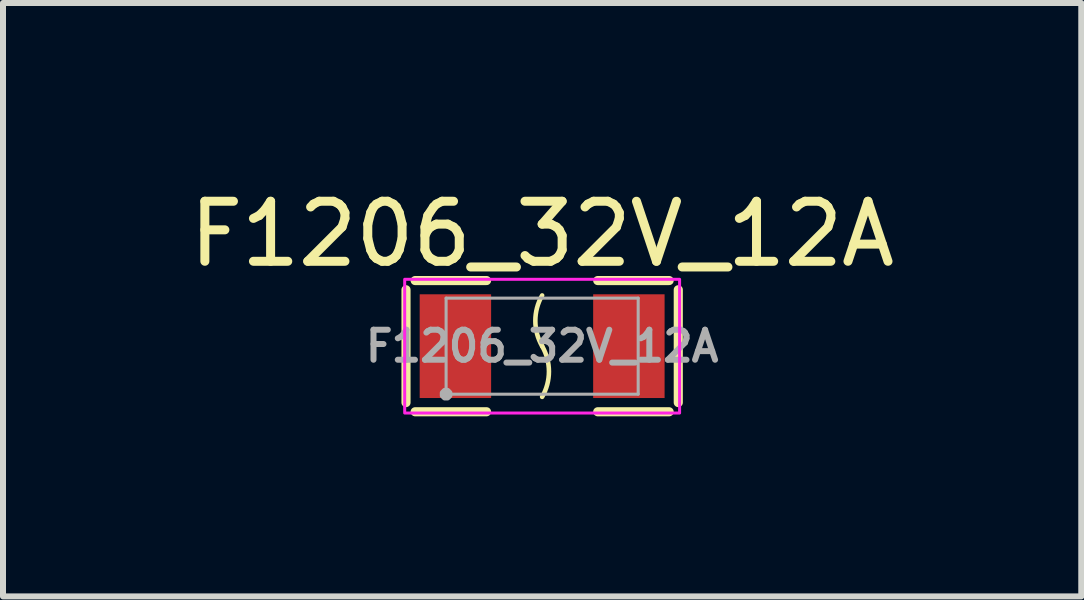
<source format=kicad_pcb>
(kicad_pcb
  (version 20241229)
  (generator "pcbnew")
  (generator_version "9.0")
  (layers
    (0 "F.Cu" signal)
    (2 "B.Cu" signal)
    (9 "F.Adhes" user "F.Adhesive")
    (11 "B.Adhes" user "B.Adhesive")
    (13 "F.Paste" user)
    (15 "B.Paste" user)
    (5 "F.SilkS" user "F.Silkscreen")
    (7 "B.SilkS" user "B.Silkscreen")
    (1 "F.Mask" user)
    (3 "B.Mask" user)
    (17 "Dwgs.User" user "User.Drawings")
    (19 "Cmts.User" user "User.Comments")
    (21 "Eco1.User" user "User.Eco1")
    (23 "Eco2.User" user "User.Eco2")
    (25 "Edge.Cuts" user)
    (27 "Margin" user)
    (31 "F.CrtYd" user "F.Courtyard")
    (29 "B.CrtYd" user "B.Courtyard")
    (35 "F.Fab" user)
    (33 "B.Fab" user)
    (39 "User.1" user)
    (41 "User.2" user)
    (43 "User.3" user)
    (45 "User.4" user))
  (footprint "F1206_32V_12A"
    (layer "F.Cu")
    (at 5.982 2.717)
    (property "Reference" "F1206_32V_12A" (at 0 -1.869 0) (layer "F.SilkS") (effects (font (size 1 1) (thickness 0.15))))
    (fp_line (start -2.268 -0.94) (end -2.268 0.94) (stroke (width 0.152) (type default)) (layer "F.SilkS"))
    (fp_line (start -2.116 1.093) (end -0.926 1.093) (stroke (width 0.152) (type default)) (layer "F.SilkS"))
    (fp_line (start -0.926 -1.093) (end -2.116 -1.093) (stroke (width 0.152) (type default)) (layer "F.SilkS"))
    (fp_line (start 0.926 -1.093) (end 2.116 -1.093) (stroke (width 0.152) (type default)) (layer "F.SilkS"))
    (fp_line (start 2.116 1.093) (end 0.926 1.093) (stroke (width 0.152) (type default)) (layer "F.SilkS"))
    (fp_line (start 2.268 -0.94) (end 2.268 0.94) (stroke (width 0.152) (type default)) (layer "F.SilkS"))
    (fp_arc (start 0 0) (mid -0.113248 -0.4225) (end 0 -0.845) (stroke (width 0.076) (type default)) (layer "F.SilkS"))
    (fp_arc (start 0 0) (mid 0.113248 0.4225) (end 0 0.845) (stroke (width 0.076) (type default)) (layer "F.SilkS"))
    (fp_rect (start -2.29 -1.114) (end 2.29 1.114) (stroke (width 0.05) (type default)) (fill no) (layer "F.CrtYd"))
    (fp_line (start -1.6 -0.8) (end -1.6 0.8) (stroke (width 0.051) (type default)) (layer "F.Fab"))
    (fp_line (start -1.6 0.8) (end 1.6 0.8) (stroke (width 0.051) (type default)) (layer "F.Fab"))
    (fp_line (start 1.6 -0.8) (end -1.6 -0.8) (stroke (width 0.051) (type default)) (layer "F.Fab"))
    (fp_line (start 1.6 0.8) (end 1.6 -0.8) (stroke (width 0.051) (type default)) (layer "F.Fab"))
    (fp_poly (pts (xy -1.545 0.777) (xy -1.577 0.745) (xy -1.623 0.745) (xy -1.655 0.777) (xy -1.655 0.823) (xy -1.623 0.855) (xy -1.577 0.855) (xy -1.545 0.823)) (stroke (width 0.1) (type default)) (fill no) (layer "F.Fab"))
    (fp_poly (pts (xy -1.6 0.8) (xy -1.1 0.8) (xy -1.1 -0.8) (xy -1.6 -0.8)) (stroke (width 0.1) (type default)) (fill no) (layer "User.1"))
    (fp_poly (pts (xy 1.1 0.8) (xy 1.6 0.8) (xy 1.6 -0.8) (xy 1.1 -0.8)) (stroke (width 0.1) (type default)) (fill no) (layer "User.1"))
    (fp_text user "${REFERENCE}" (at 0 0 0) (layer "F.Fab") (effects (font (size 0.5 0.5) (thickness 0.1))))
    (pad "1" smd rect (at -1.445 0) (size 1.19 1.728) (layers "F.Cu" "F.Mask" "F.Paste"))
    (pad "2" smd rect (at 1.445 0) (size 1.19 1.728) (layers "F.Cu" "F.Mask" "F.Paste")))
  (gr_rect
    (start -3 -3)
    (end 14.964 6.886)
    (stroke (width 0.1) (type default))
    (fill no)
    (layer "Edge.Cuts")))
</source>
